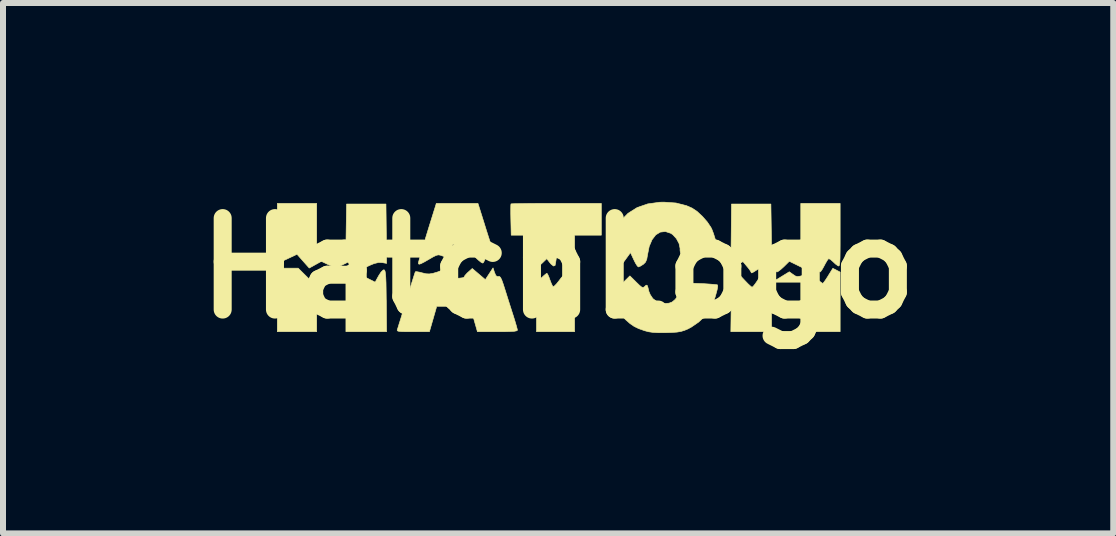
<source format=kicad_pcb>
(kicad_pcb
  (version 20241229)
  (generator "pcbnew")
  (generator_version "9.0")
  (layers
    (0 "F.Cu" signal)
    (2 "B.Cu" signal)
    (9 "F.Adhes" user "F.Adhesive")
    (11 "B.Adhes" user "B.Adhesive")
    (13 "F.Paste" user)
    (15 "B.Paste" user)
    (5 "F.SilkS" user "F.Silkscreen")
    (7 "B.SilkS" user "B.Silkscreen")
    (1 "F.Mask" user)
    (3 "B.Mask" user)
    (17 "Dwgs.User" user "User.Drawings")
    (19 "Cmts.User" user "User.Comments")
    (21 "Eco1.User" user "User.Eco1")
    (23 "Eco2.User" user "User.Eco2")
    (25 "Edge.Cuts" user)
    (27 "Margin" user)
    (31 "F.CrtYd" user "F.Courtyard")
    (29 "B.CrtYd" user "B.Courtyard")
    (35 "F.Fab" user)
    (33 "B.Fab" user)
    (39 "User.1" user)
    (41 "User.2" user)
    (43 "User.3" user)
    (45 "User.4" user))
  (footprint "HatchLogo"
    (layer "F.Cu")
    (at 6.248 1.418)
    (property "Reference" "HatchLogo" (at 0 0 0) (layer "F.SilkS") (effects (font (size 1.524 1.524) (thickness 0.3))))
    (attr through_hole)
    (fp_poly (pts (xy -0.173 0.103) (xy -0.152 0.15) (xy -0.138 0.19) (xy -0.114 0.252) (xy -0.093 0.296) (xy -0.084 0.308) (xy -0.063 0.298) (xy -0.026 0.261) (xy 0.013 0.212) (xy 0.055 0.157) (xy 0.09 0.12) (xy 0.107 0.11) (xy 0.126 0.13) (xy 0.161 0.175) (xy 0.199 0.23) (xy 0.275 0.343) (xy 0.275 1.058) (xy -0.36 1.058) (xy -0.36 0.241) (xy -0.28 0.163) (xy -0.232 0.119) (xy -0.197 0.091) (xy -0.186 0.085) (xy -0.173 0.103)) (stroke (width 0.01) (type solid)) (fill yes) (layer "F.SilkS"))
    (fp_poly (pts (xy -4.209 0.12) (xy -4.088 0.239) (xy -3.821 0.016) (xy -3.75 0.1) (xy -3.678 0.185) (xy -3.523 0.13) (xy -3.368 0.074) (xy -3.208 0.153) (xy -3.048 0.233) (xy -2.99 0.127) (xy -2.949 0.064) (xy -2.914 0.03) (xy -2.9 0.027) (xy -2.89 0.034) (xy -2.882 0.054) (xy -2.876 0.093) (xy -2.871 0.154) (xy -2.867 0.243) (xy -2.865 0.364) (xy -2.863 0.521) (xy -2.862 0.545) (xy -2.857 1.058) (xy -3.535 1.058) (xy -3.535 0.233) (xy -4.022 0.233) (xy -4.022 1.058) (xy -4.678 1.058) (xy -4.678 0) (xy -4.33 0) (xy -4.209 0.12)) (stroke (width 0.01) (type solid)) (fill yes) (layer "F.SilkS"))
    (fp_poly (pts (xy -4.022 -0.296) (xy -3.536 -0.296) (xy -3.524 -1.069) (xy -2.868 -1.069) (xy -2.862 -0.574) (xy -2.857 -0.08) (xy -2.929 -0.093) (xy -2.991 -0.095) (xy -3.065 -0.077) (xy -3.124 -0.053) (xy -3.246 0.001) (xy -3.358 -0.057) (xy -3.469 -0.116) (xy -3.587 -0.058) (xy -3.704 -0.001) (xy -3.824 -0.057) (xy -3.944 -0.114) (xy -4.045 -0.058) (xy -4.146 -0.002) (xy -4.248 -0.117) (xy -4.35 -0.232) (xy -4.506 -0.158) (xy -4.579 -0.124) (xy -4.636 -0.099) (xy -4.667 -0.085) (xy -4.67 -0.085) (xy -4.672 -0.105) (xy -4.674 -0.162) (xy -4.676 -0.249) (xy -4.677 -0.361) (xy -4.678 -0.492) (xy -4.678 -0.582) (xy -4.678 -1.079) (xy -4.022 -1.079) (xy -4.022 -0.296)) (stroke (width 0.01) (type solid)) (fill yes) (layer "F.SilkS"))
    (fp_poly (pts (xy 4.638 0.033) (xy 4.699 0.065) (xy 4.699 1.058) (xy 4.043 1.058) (xy 4.043 0.233) (xy 3.556 0.233) (xy 3.556 1.058) (xy 2.878 1.058) (xy 2.884 0.612) (xy 2.889 0.167) (xy 2.949 0.131) (xy 3.008 0.095) (xy 3.112 0.206) (xy 3.165 0.261) (xy 3.208 0.301) (xy 3.231 0.317) (xy 3.232 0.317) (xy 3.252 0.301) (xy 3.285 0.259) (xy 3.313 0.219) (xy 3.35 0.161) (xy 3.378 0.117) (xy 3.388 0.102) (xy 3.412 0.1) (xy 3.462 0.115) (xy 3.519 0.138) (xy 3.637 0.192) (xy 3.852 0.06) (xy 3.915 0.105) (xy 3.954 0.131) (xy 3.988 0.139) (xy 4.032 0.133) (xy 4.087 0.118) (xy 4.196 0.085) (xy 4.297 0.17) (xy 4.352 0.214) (xy 4.393 0.244) (xy 4.41 0.254) (xy 4.426 0.237) (xy 4.457 0.194) (xy 4.497 0.132) (xy 4.499 0.128) (xy 4.577 0.002) (xy 4.638 0.033)) (stroke (width 0.01) (type solid)) (fill yes) (layer "F.SilkS"))
    (fp_poly (pts (xy 0.72 -0.55) (xy 0.275 -0.55) (xy 0.275 -0.327) (xy 0.274 -0.226) (xy 0.271 -0.157) (xy 0.263 -0.112) (xy 0.249 -0.08) (xy 0.228 -0.053) (xy 0.225 -0.05) (xy 0.174 0.005) (xy 0.093 -0.15) (xy 0.011 -0.305) (xy -0.014 -0.221) (xy -0.031 -0.156) (xy -0.04 -0.1) (xy -0.041 -0.091) (xy -0.051 -0.044) (xy -0.077 -0.036) (xy -0.117 -0.068) (xy -0.135 -0.089) (xy -0.189 -0.158) (xy -0.259 -0.09) (xy -0.304 -0.049) (xy -0.337 -0.024) (xy -0.345 -0.021) (xy -0.351 -0.041) (xy -0.355 -0.095) (xy -0.358 -0.176) (xy -0.36 -0.274) (xy -0.36 -0.286) (xy -0.36 -0.55) (xy -0.781 -0.55) (xy -0.787 -0.806) (xy -0.789 -0.906) (xy -0.789 -0.989) (xy -0.788 -1.046) (xy -0.785 -1.071) (xy -0.785 -1.071) (xy -0.762 -1.073) (xy -0.703 -1.075) (xy -0.61 -1.076) (xy -0.489 -1.078) (xy -0.346 -1.079) (xy -0.185 -1.079) (xy -0.028 -1.079) (xy 0.72 -1.079) (xy 0.72 -0.55)) (stroke (width 0.01) (type solid)) (fill yes) (layer "F.SilkS"))
    (fp_poly (pts (xy -1.237 -0.767) (xy -1.201 -0.651) (xy -1.166 -0.541) (xy -1.136 -0.448) (xy -1.115 -0.382) (xy -1.109 -0.364) (xy -1.089 -0.3) (xy -1.082 -0.268) (xy -1.092 -0.261) (xy -1.118 -0.273) (xy -1.124 -0.276) (xy -1.152 -0.291) (xy -1.169 -0.29) (xy -1.182 -0.267) (xy -1.198 -0.214) (xy -1.206 -0.185) (xy -1.226 -0.127) (xy -1.246 -0.091) (xy -1.256 -0.085) (xy -1.283 -0.098) (xy -1.327 -0.134) (xy -1.355 -0.159) (xy -1.432 -0.234) (xy -1.526 -0.192) (xy -1.585 -0.166) (xy -1.63 -0.151) (xy -1.642 -0.149) (xy -1.659 -0.167) (xy -1.679 -0.215) (xy -1.692 -0.259) (xy -1.715 -0.346) (xy -1.734 -0.393) (xy -1.749 -0.4) (xy -1.764 -0.371) (xy -1.779 -0.31) (xy -1.796 -0.243) (xy -1.813 -0.195) (xy -1.823 -0.179) (xy -1.851 -0.18) (xy -1.901 -0.194) (xy -1.921 -0.202) (xy -1.963 -0.217) (xy -1.996 -0.222) (xy -2.032 -0.213) (xy -2.083 -0.188) (xy -2.15 -0.149) (xy -2.232 -0.102) (xy -2.285 -0.075) (xy -2.314 -0.066) (xy -2.326 -0.073) (xy -2.328 -0.087) (xy -2.322 -0.113) (xy -2.305 -0.173) (xy -2.279 -0.263) (xy -2.245 -0.377) (xy -2.206 -0.508) (xy -2.162 -0.652) (xy -2.115 -0.803) (xy -2.068 -0.954) (xy -2.05 -1.011) (xy -2.029 -1.079) (xy -1.335 -1.079) (xy -1.237 -0.767)) (stroke (width 0.01) (type solid)) (fill yes) (layer "F.SilkS"))
    (fp_poly (pts (xy 4.699 -0.55) (xy 4.699 -0.386) (xy 4.698 -0.261) (xy 4.697 -0.168) (xy 4.694 -0.104) (xy 4.689 -0.064) (xy 4.683 -0.043) (xy 4.675 -0.036) (xy 4.664 -0.039) (xy 4.662 -0.04) (xy 4.622 -0.069) (xy 4.576 -0.112) (xy 4.574 -0.114) (xy 4.536 -0.147) (xy 4.508 -0.158) (xy 4.505 -0.157) (xy 4.486 -0.133) (xy 4.456 -0.083) (xy 4.434 -0.041) (xy 4.402 0.017) (xy 4.376 0.054) (xy 4.364 0.064) (xy 4.346 0.047) (xy 4.314 0.003) (xy 4.278 -0.053) (xy 4.24 -0.113) (xy 4.212 -0.155) (xy 4.199 -0.169) (xy 4.184 -0.153) (xy 4.156 -0.112) (xy 4.138 -0.085) (xy 4.085 -0.001) (xy 3.969 -0.058) (xy 3.852 -0.115) (xy 3.762 -0.026) (xy 3.709 0.022) (xy 3.666 0.054) (xy 3.646 0.064) (xy 3.622 0.046) (xy 3.59 0.003) (xy 3.577 -0.021) (xy 3.549 -0.072) (xy 3.528 -0.102) (xy 3.523 -0.106) (xy 3.501 -0.095) (xy 3.454 -0.066) (xy 3.392 -0.026) (xy 3.391 -0.025) (xy 3.312 0.028) (xy 3.261 0.061) (xy 3.233 0.076) (xy 3.22 0.078) (xy 3.217 0.07) (xy 3.217 0.07) (xy 3.204 0.045) (xy 3.172 0.001) (xy 3.148 -0.028) (xy 3.08 -0.109) (xy 2.979 -0.052) (xy 2.878 0.004) (xy 2.884 -0.532) (xy 2.889 -1.069) (xy 3.545 -1.069) (xy 3.557 -0.296) (xy 4.043 -0.296) (xy 4.043 -1.079) (xy 4.699 -1.079) (xy 4.699 -0.55)) (stroke (width 0.01) (type solid)) (fill yes) (layer "F.SilkS"))
    (fp_poly (pts (xy -1.059 0.072) (xy -1.037 0.123) (xy -1.012 0.14) (xy -0.995 0.138) (xy -0.976 0.138) (xy -0.959 0.155) (xy -0.939 0.195) (xy -0.914 0.265) (xy -0.889 0.343) (xy -0.851 0.464) (xy -0.807 0.603) (xy -0.765 0.735) (xy -0.749 0.784) (xy -0.72 0.877) (xy -0.697 0.955) (xy -0.682 1.011) (xy -0.677 1.033) (xy -0.69 1.043) (xy -0.729 1.051) (xy -0.8 1.055) (xy -0.906 1.058) (xy -1.011 1.058) (xy -1.344 1.058) (xy -1.465 0.635) (xy -2.022 0.635) (xy -2.083 0.847) (xy -2.144 1.058) (xy -2.418 1.058) (xy -2.53 1.058) (xy -2.606 1.056) (xy -2.653 1.052) (xy -2.676 1.044) (xy -2.681 1.033) (xy -2.678 1.021) (xy -2.668 0.991) (xy -2.648 0.926) (xy -2.619 0.834) (xy -2.584 0.72) (xy -2.544 0.591) (xy -2.525 0.529) (xy -2.485 0.397) (xy -2.449 0.279) (xy -2.418 0.181) (xy -2.395 0.108) (xy -2.381 0.067) (xy -2.379 0.06) (xy -2.356 0.058) (xy -2.306 0.067) (xy -2.264 0.078) (xy -2.203 0.093) (xy -2.148 0.096) (xy -2.088 0.087) (xy -2.01 0.064) (xy -1.917 0.029) (xy -1.892 0.024) (xy -1.885 0.041) (xy -1.892 0.09) (xy -1.892 0.092) (xy -1.907 0.169) (xy -1.737 0.169) (xy -1.651 0.167) (xy -1.592 0.16) (xy -1.567 0.15) (xy -1.566 0.148) (xy -1.552 0.122) (xy -1.515 0.081) (xy -1.498 0.066) (xy -1.43 0.005) (xy -1.321 0.098) (xy -1.212 0.191) (xy -1.148 0.093) (xy -1.084 -0.005) (xy -1.059 0.072)) (stroke (width 0.01) (type solid)) (fill yes) (layer "F.SilkS"))
    (fp_poly (pts (xy 1.965 -1.086) (xy 2.138 -1.042) (xy 2.234 -1) (xy 2.316 -0.945) (xy 2.403 -0.864) (xy 2.484 -0.772) (xy 2.546 -0.68) (xy 2.562 -0.648) (xy 2.589 -0.577) (xy 2.615 -0.494) (xy 2.636 -0.41) (xy 2.651 -0.334) (xy 2.657 -0.278) (xy 2.652 -0.254) (xy 2.626 -0.247) (xy 2.566 -0.24) (xy 2.479 -0.232) (xy 2.376 -0.226) (xy 2.347 -0.225) (xy 2.225 -0.219) (xy 2.14 -0.218) (xy 2.085 -0.223) (xy 2.052 -0.237) (xy 2.037 -0.261) (xy 2.032 -0.298) (xy 2.032 -0.331) (xy 2.015 -0.411) (xy 1.971 -0.493) (xy 1.91 -0.559) (xy 1.878 -0.581) (xy 1.787 -0.611) (xy 1.702 -0.601) (xy 1.627 -0.555) (xy 1.565 -0.474) (xy 1.518 -0.363) (xy 1.49 -0.223) (xy 1.49 -0.223) (xy 1.477 -0.148) (xy 1.456 -0.1) (xy 1.422 -0.066) (xy 1.417 -0.063) (xy 1.371 -0.034) (xy 1.339 -0.021) (xy 1.337 -0.021) (xy 1.318 -0.039) (xy 1.289 -0.085) (xy 1.261 -0.141) (xy 1.206 -0.26) (xy 1.12 -0.141) (xy 1.076 -0.081) (xy 1.04 -0.039) (xy 1.02 -0.021) (xy 1.02 -0.021) (xy 1.004 -0.039) (xy 0.974 -0.084) (xy 0.936 -0.148) (xy 0.933 -0.154) (xy 0.895 -0.221) (xy 0.862 -0.273) (xy 0.842 -0.298) (xy 0.842 -0.299) (xy 0.834 -0.327) (xy 0.843 -0.385) (xy 0.867 -0.464) (xy 0.904 -0.556) (xy 0.934 -0.619) (xy 1.038 -0.784) (xy 1.165 -0.914) (xy 1.317 -1.01) (xy 1.493 -1.071) (xy 1.695 -1.099) (xy 1.767 -1.1) (xy 1.965 -1.086)) (stroke (width 0.01) (type solid)) (fill yes) (layer "F.SilkS"))
    (fp_poly (pts (xy 0.839 0.143) (xy 0.873 0.185) (xy 0.9 0.222) (xy 0.939 0.275) (xy 0.971 0.309) (xy 0.984 0.316) (xy 1.009 0.302) (xy 1.054 0.266) (xy 1.101 0.222) (xy 1.196 0.128) (xy 1.302 0.233) (xy 1.359 0.288) (xy 1.394 0.316) (xy 1.418 0.322) (xy 1.438 0.31) (xy 1.445 0.303) (xy 1.467 0.283) (xy 1.483 0.285) (xy 1.495 0.315) (xy 1.511 0.379) (xy 1.512 0.386) (xy 1.535 0.441) (xy 1.574 0.5) (xy 1.583 0.51) (xy 1.658 0.565) (xy 1.751 0.59) (xy 1.848 0.583) (xy 1.899 0.564) (xy 1.952 0.52) (xy 2.001 0.45) (xy 2.038 0.372) (xy 2.053 0.303) (xy 2.053 0.302) (xy 2.062 0.263) (xy 2.074 0.25) (xy 2.104 0.248) (xy 2.164 0.249) (xy 2.247 0.251) (xy 2.341 0.255) (xy 2.438 0.259) (xy 2.527 0.265) (xy 2.599 0.271) (xy 2.645 0.276) (xy 2.656 0.279) (xy 2.659 0.306) (xy 2.649 0.362) (xy 2.629 0.436) (xy 2.605 0.518) (xy 2.577 0.597) (xy 2.55 0.661) (xy 2.534 0.692) (xy 2.45 0.797) (xy 2.34 0.899) (xy 2.219 0.982) (xy 2.163 1.012) (xy 2.103 1.037) (xy 2.046 1.054) (xy 1.98 1.065) (xy 1.893 1.071) (xy 1.799 1.074) (xy 1.675 1.075) (xy 1.582 1.07) (xy 1.507 1.059) (xy 1.439 1.041) (xy 1.341 1.006) (xy 1.267 0.97) (xy 1.201 0.925) (xy 1.128 0.861) (xy 1.127 0.861) (xy 0.999 0.72) (xy 0.906 0.565) (xy 0.873 0.486) (xy 0.85 0.412) (xy 0.83 0.33) (xy 0.816 0.251) (xy 0.808 0.184) (xy 0.81 0.139) (xy 0.818 0.127) (xy 0.839 0.143)) (stroke (width 0.01) (type solid)) (fill yes) (layer "F.SilkS")))
  (gr_rect
    (start -3 -3)
    (end 15.497 5.836)
    (stroke (width 0.1) (type default))
    (fill no)
    (layer "Edge.Cuts")))
</source>
